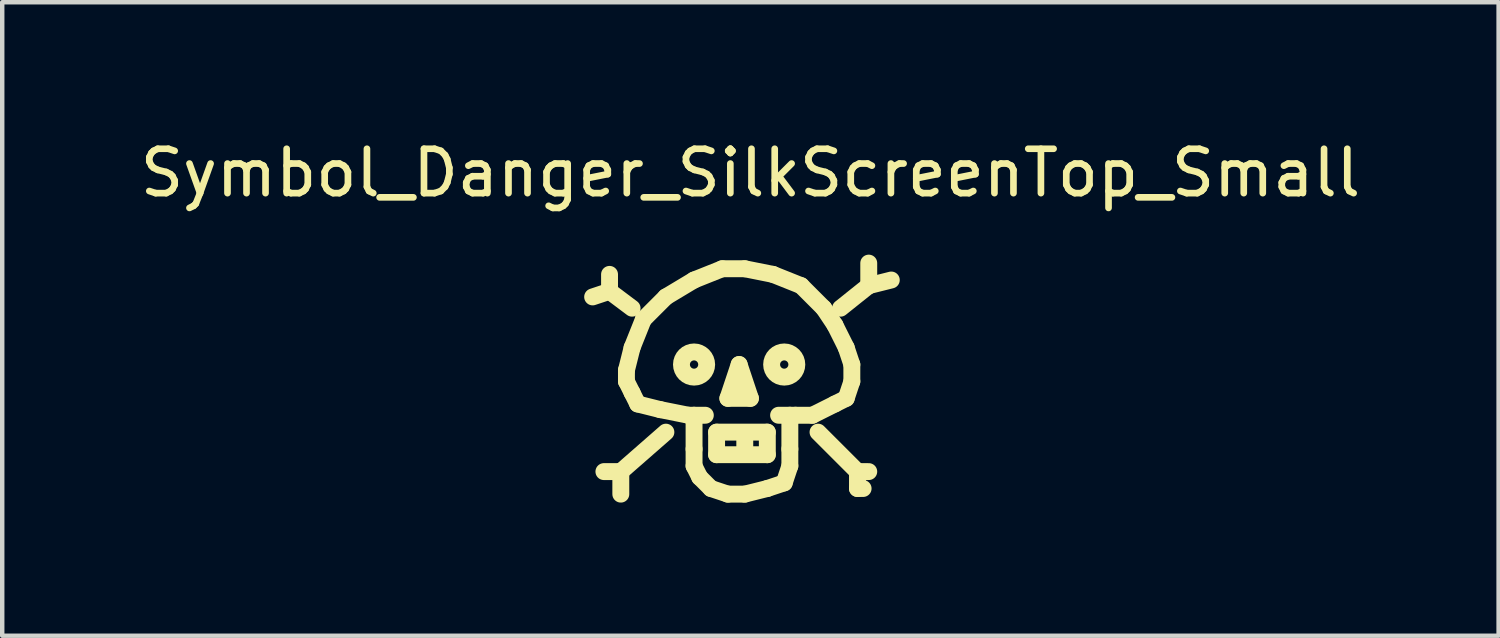
<source format=kicad_pcb>
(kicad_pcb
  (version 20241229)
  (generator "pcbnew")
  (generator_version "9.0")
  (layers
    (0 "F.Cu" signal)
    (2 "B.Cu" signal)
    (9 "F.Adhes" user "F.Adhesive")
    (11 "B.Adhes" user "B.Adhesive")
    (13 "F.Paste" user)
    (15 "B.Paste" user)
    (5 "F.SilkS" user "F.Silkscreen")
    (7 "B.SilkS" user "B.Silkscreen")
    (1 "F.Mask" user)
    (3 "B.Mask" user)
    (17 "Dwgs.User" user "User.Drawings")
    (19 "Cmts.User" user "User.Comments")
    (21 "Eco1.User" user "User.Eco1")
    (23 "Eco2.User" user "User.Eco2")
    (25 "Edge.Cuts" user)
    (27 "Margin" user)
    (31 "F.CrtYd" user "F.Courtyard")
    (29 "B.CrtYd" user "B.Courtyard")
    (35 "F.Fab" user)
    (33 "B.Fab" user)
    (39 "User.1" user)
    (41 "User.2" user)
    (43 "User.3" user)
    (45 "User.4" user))
  (footprint "Symbol_Danger_SilkScreenTop_Small"
    (layer "F.Cu")
    (at 13.609 5.547)
    (property "Reference" "Symbol_Danger_SilkScreenTop_Small" (at 0.254 -4.699 0) (layer "F.SilkS") (effects (font (size 1 1) (thickness 0.15))))
    (attr exclude_from_pos_files exclude_from_bom)
    (fp_line (start -2.921 -2.032) (end -3.302 -1.905) (stroke (width 0.381) (type solid)) (layer "F.SilkS"))
    (fp_line (start -2.921 -2.032) (end -2.921 -2.413) (stroke (width 0.381) (type solid)) (layer "F.SilkS"))
    (fp_line (start -2.667 2.032) (end -3.048 2.032) (stroke (width 0.381) (type solid)) (layer "F.SilkS"))
    (fp_line (start -2.667 2.032) (end -2.667 2.54) (stroke (width 0.381) (type solid)) (layer "F.SilkS"))
    (fp_line (start -2.54 -0.254) (end -2.413 -0.762) (stroke (width 0.381) (type solid)) (layer "F.SilkS"))
    (fp_line (start -2.54 0) (end -2.54 -0.254) (stroke (width 0.381) (type solid)) (layer "F.SilkS"))
    (fp_line (start -2.54 0) (end -2.413 0.254) (stroke (width 0.381) (type solid)) (layer "F.SilkS"))
    (fp_line (start -2.413 -1.651) (end -2.921 -2.032) (stroke (width 0.381) (type solid)) (layer "F.SilkS"))
    (fp_line (start -2.413 -0.762) (end -2.159 -1.397) (stroke (width 0.381) (type solid)) (layer "F.SilkS"))
    (fp_line (start -2.413 0.254) (end -2.286 0.508) (stroke (width 0.381) (type solid)) (layer "F.SilkS"))
    (fp_line (start -2.286 0.508) (end -1.778 0.635) (stroke (width 0.381) (type solid)) (layer "F.SilkS"))
    (fp_line (start -2.159 -1.397) (end -1.651 -1.905) (stroke (width 0.381) (type solid)) (layer "F.SilkS"))
    (fp_line (start -1.778 0.635) (end -1.143 0.762) (stroke (width 0.381) (type solid)) (layer "F.SilkS"))
    (fp_line (start -1.651 -1.905) (end -1.016 -2.286) (stroke (width 0.381) (type solid)) (layer "F.SilkS"))
    (fp_line (start -1.651 1.143) (end -2.667 2.032) (stroke (width 0.381) (type solid)) (layer "F.SilkS"))
    (fp_line (start -1.143 0.762) (end -0.762 0.762) (stroke (width 0.381) (type solid)) (layer "F.SilkS"))
    (fp_line (start -1.016 -2.286) (end -0.381 -2.54) (stroke (width 0.381) (type solid)) (layer "F.SilkS"))
    (fp_line (start -1.016 1.524) (end -1.016 0.762) (stroke (width 0.381) (type solid)) (layer "F.SilkS"))
    (fp_line (start -1.016 1.905) (end -1.016 1.524) (stroke (width 0.381) (type solid)) (layer "F.SilkS"))
    (fp_line (start -1.016 1.905) (end -0.889 2.159) (stroke (width 0.381) (type solid)) (layer "F.SilkS"))
    (fp_line (start -0.889 2.159) (end -0.635 2.413) (stroke (width 0.381) (type solid)) (layer "F.SilkS"))
    (fp_line (start -0.635 2.413) (end -0.254 2.54) (stroke (width 0.381) (type solid)) (layer "F.SilkS"))
    (fp_line (start -0.508 1.143) (end 0.635 1.143) (stroke (width 0.381) (type solid)) (layer "F.SilkS"))
    (fp_line (start -0.508 1.651) (end -0.508 1.143) (stroke (width 0.381) (type solid)) (layer "F.SilkS"))
    (fp_line (start -0.381 -2.54) (end 0.127 -2.54) (stroke (width 0.381) (type solid)) (layer "F.SilkS"))
    (fp_line (start -0.254 0.381) (end 0 -0.381) (stroke (width 0.381) (type solid)) (layer "F.SilkS"))
    (fp_line (start 0 -0.381) (end 0.254 0.381) (stroke (width 0.381) (type solid)) (layer "F.SilkS"))
    (fp_line (start 0.127 -2.54) (end 0.762 -2.413) (stroke (width 0.381) (type solid)) (layer "F.SilkS"))
    (fp_line (start 0.127 1.27) (end 0.127 1.524) (stroke (width 0.381) (type solid)) (layer "F.SilkS"))
    (fp_line (start 0.127 2.54) (end -0.254 2.54) (stroke (width 0.381) (type solid)) (layer "F.SilkS"))
    (fp_line (start 0.254 0.381) (end -0.254 0.381) (stroke (width 0.381) (type solid)) (layer "F.SilkS"))
    (fp_line (start 0.635 1.143) (end 0.635 1.651) (stroke (width 0.381) (type solid)) (layer "F.SilkS"))
    (fp_line (start 0.635 1.651) (end -0.508 1.651) (stroke (width 0.381) (type solid)) (layer "F.SilkS"))
    (fp_line (start 0.635 2.413) (end 0.127 2.54) (stroke (width 0.381) (type solid)) (layer "F.SilkS"))
    (fp_line (start 0.762 -2.413) (end 1.397 -2.159) (stroke (width 0.381) (type solid)) (layer "F.SilkS"))
    (fp_line (start 1.016 2.286) (end 0.635 2.413) (stroke (width 0.381) (type solid)) (layer "F.SilkS"))
    (fp_line (start 1.143 0.762) (end 1.143 1.524) (stroke (width 0.381) (type solid)) (layer "F.SilkS"))
    (fp_line (start 1.143 1.524) (end 1.143 1.905) (stroke (width 0.381) (type solid)) (layer "F.SilkS"))
    (fp_line (start 1.143 1.905) (end 1.016 2.286) (stroke (width 0.381) (type solid)) (layer "F.SilkS"))
    (fp_line (start 1.27 0.762) (end 0.889 0.762) (stroke (width 0.381) (type solid)) (layer "F.SilkS"))
    (fp_line (start 1.397 -2.159) (end 1.905 -1.651) (stroke (width 0.381) (type solid)) (layer "F.SilkS"))
    (fp_line (start 1.651 0.762) (end 1.27 0.762) (stroke (width 0.381) (type solid)) (layer "F.SilkS"))
    (fp_line (start 1.778 1.143) (end 2.667 2.032) (stroke (width 0.381) (type solid)) (layer "F.SilkS"))
    (fp_line (start 1.905 -1.651) (end 2.159 -1.27) (stroke (width 0.381) (type solid)) (layer "F.SilkS"))
    (fp_line (start 2.159 -1.27) (end 2.413 -0.762) (stroke (width 0.381) (type solid)) (layer "F.SilkS"))
    (fp_line (start 2.159 0.508) (end 1.651 0.762) (stroke (width 0.381) (type solid)) (layer "F.SilkS"))
    (fp_line (start 2.286 -1.651) (end 2.921 -2.159) (stroke (width 0.381) (type solid)) (layer "F.SilkS"))
    (fp_line (start 2.413 -0.762) (end 2.54 -0.381) (stroke (width 0.381) (type solid)) (layer "F.SilkS"))
    (fp_line (start 2.413 0.381) (end 2.159 0.508) (stroke (width 0.381) (type solid)) (layer "F.SilkS"))
    (fp_line (start 2.54 -0.381) (end 2.54 0) (stroke (width 0.381) (type solid)) (layer "F.SilkS"))
    (fp_line (start 2.54 0) (end 2.413 0.381) (stroke (width 0.381) (type solid)) (layer "F.SilkS"))
    (fp_line (start 2.667 2.032) (end 2.667 2.413) (stroke (width 0.381) (type solid)) (layer "F.SilkS"))
    (fp_line (start 2.667 2.032) (end 2.921 2.032) (stroke (width 0.381) (type solid)) (layer "F.SilkS"))
    (fp_line (start 2.667 2.413) (end 2.794 2.413) (stroke (width 0.381) (type solid)) (layer "F.SilkS"))
    (fp_line (start 2.921 -2.159) (end 2.921 -2.667) (stroke (width 0.381) (type solid)) (layer "F.SilkS"))
    (fp_line (start 2.921 -2.159) (end 3.429 -2.286) (stroke (width 0.381) (type solid)) (layer "F.SilkS"))
    (fp_circle (center -1.016 -0.381) (end -1.27 -0.254) (stroke (width 0.381) (type solid)) (fill no) (layer "F.SilkS"))
    (fp_circle (center 1.016 -0.381) (end 1.27 -0.254) (stroke (width 0.381) (type solid)) (fill no) (layer "F.SilkS")))
  (gr_rect
    (start -3 -3)
    (end 30.726 11.278)
    (stroke (width 0.1) (type default))
    (fill no)
    (layer "Edge.Cuts")))
</source>
